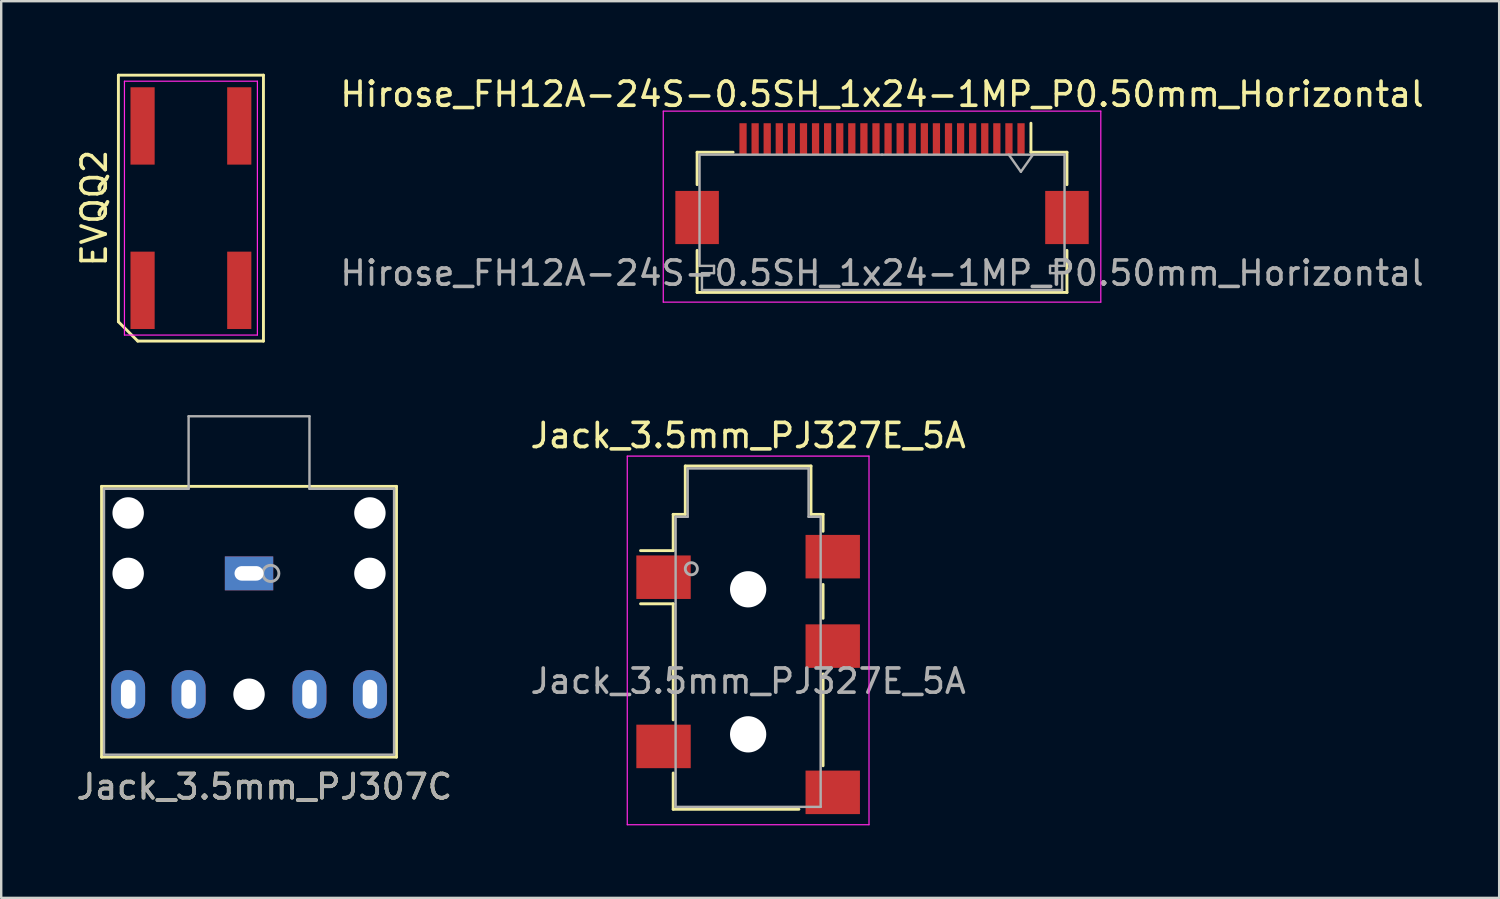
<source format=kicad_pcb>
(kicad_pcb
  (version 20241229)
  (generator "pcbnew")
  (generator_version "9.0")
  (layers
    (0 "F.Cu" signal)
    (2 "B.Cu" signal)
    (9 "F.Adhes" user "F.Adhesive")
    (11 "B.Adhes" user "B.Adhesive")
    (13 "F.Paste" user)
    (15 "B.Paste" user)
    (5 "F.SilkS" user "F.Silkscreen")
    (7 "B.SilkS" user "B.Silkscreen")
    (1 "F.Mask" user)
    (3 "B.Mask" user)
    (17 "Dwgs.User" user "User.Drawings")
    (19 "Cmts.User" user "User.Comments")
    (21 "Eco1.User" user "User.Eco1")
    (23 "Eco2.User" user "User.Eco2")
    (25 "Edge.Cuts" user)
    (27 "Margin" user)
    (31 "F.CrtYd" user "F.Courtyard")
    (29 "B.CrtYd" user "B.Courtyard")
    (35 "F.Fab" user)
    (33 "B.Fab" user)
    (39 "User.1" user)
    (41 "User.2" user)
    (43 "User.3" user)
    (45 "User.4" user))
  (footprint "EVQQ2"
    (layer "F.Cu")
    (at 4.848 5.56)
    (property "Reference" "EVQQ2" (at -4 0 90) (layer "F.SilkS") (effects (font (size 1 1) (thickness 0.15))))
    (attr smd)
    (fp_line (start -3 -5.5) (end 3 -5.5) (stroke (width 0.12) (type solid)) (layer "F.SilkS"))
    (fp_line (start -3 4.7) (end -3 -5.5) (stroke (width 0.12) (type solid)) (layer "F.SilkS"))
    (fp_line (start -2.2 5.5) (end -3 4.7) (stroke (width 0.12) (type solid)) (layer "F.SilkS"))
    (fp_line (start 3 -5.5) (end 3 5.5) (stroke (width 0.12) (type solid)) (layer "F.SilkS"))
    (fp_line (start 3 5.5) (end -2.2 5.5) (stroke (width 0.12) (type solid)) (layer "F.SilkS"))
    (fp_line (start -2.75 -5.25) (end 2.75 -5.25) (stroke (width 0.05) (type solid)) (layer "F.CrtYd"))
    (fp_line (start -2.75 5.25) (end -2.75 -5.25) (stroke (width 0.05) (type solid)) (layer "F.CrtYd"))
    (fp_line (start 2.75 -5.25) (end 2.75 5.25) (stroke (width 0.05) (type solid)) (layer "F.CrtYd"))
    (fp_line (start 2.75 5.25) (end -2.75 5.25) (stroke (width 0.05) (type solid)) (layer "F.CrtYd"))
    (pad "1" smd rect (at -2 -3.4) (size 1 3.2) (layers "F.Cu" "F.Mask" "F.Paste"))
    (pad "1" smd rect (at -2 3.4) (size 1 3.2) (layers "F.Cu" "F.Mask" "F.Paste"))
    (pad "2" smd rect (at 2 -3.4) (size 1 3.2) (layers "F.Cu" "F.Mask" "F.Paste"))
    (pad "2" smd rect (at 2 3.4) (size 1 3.2) (layers "F.Cu" "F.Mask" "F.Paste")))
  (footprint "Jack_3.5mm_PJ307C"
    (layer "F.Cu")
    (at 7.252 20.67)
    (property "Reference" "Jack_3.5mm_PJ307C" (at 0.635 8.826 0) (layer "F.SilkS") (effects (font (size 1 1) (thickness 0.15))))
    (attr through_hole)
    (fp_line (start -6.1 -3.6) (end -6.1 7.6) (stroke (width 0.12) (type solid)) (layer "F.SilkS"))
    (fp_line (start -6.1 -3.6) (end 6.1 -3.6) (stroke (width 0.12) (type solid)) (layer "F.SilkS"))
    (fp_line (start -6.1 7.6) (end 6.1 7.6) (stroke (width 0.12) (type solid)) (layer "F.SilkS"))
    (fp_line (start 6.1 -3.6) (end 6.1 7.6) (stroke (width 0.12) (type solid)) (layer "F.SilkS"))
    (fp_line (start -6 -3.5) (end -6 7.5) (stroke (width 0.1) (type solid)) (layer "F.Fab"))
    (fp_line (start -6 7.5) (end 6 7.5) (stroke (width 0.1) (type solid)) (layer "F.Fab"))
    (fp_line (start -2.5 -6.5) (end -2.5 -3.5) (stroke (width 0.1) (type solid)) (layer "F.Fab"))
    (fp_line (start -2.5 -6.5) (end 2.5 -6.5) (stroke (width 0.1) (type solid)) (layer "F.Fab"))
    (fp_line (start -2.5 -3.5) (end -6 -3.5) (stroke (width 0.1) (type solid)) (layer "F.Fab"))
    (fp_line (start 2.5 -6.5) (end 2.5 -3.5) (stroke (width 0.1) (type solid)) (layer "F.Fab"))
    (fp_line (start 2.5 -3.5) (end 6 -3.5) (stroke (width 0.1) (type solid)) (layer "F.Fab"))
    (fp_line (start 6 -3.5) (end 6 7.5) (stroke (width 0.1) (type solid)) (layer "F.Fab"))
    (fp_circle (center 0.9 0) (end 1.2 0.15) (stroke (width 0.12) (type solid)) (fill no) (layer "F.Fab"))
    (fp_text user "${REFERENCE}" (at 0.635 8.826 0) (layer "F.Fab") (effects (font (size 1 1) (thickness 0.15))))
    (pad "" np_thru_hole circle (at -5 -2.5 270) (size 1.3 1.3) (drill 1.3) (layers "*.Cu" "*.Mask"))
    (pad "" np_thru_hole circle (at -5 0 270) (size 1.3 1.3) (drill 1.3) (layers "*.Cu" "*.Mask"))
    (pad "" np_thru_hole circle (at 0 5 270) (size 1.3 1.3) (drill 1.3) (layers "*.Cu" "*.Mask"))
    (pad "" np_thru_hole circle (at 5 -2.5 270) (size 1.3 1.3) (drill 1.3) (layers "*.Cu" "*.Mask"))
    (pad "" np_thru_hole circle (at 5 0 270) (size 1.3 1.3) (drill 1.3) (layers "*.Cu" "*.Mask"))
    (pad "R" thru_hole oval (at 5 5 270) (size 2 1.4) (drill oval 1.2 0.6) (layers "*.Cu" "*.Mask"))
    (pad "RN" thru_hole oval (at 2.5 5 270) (size 2 1.4) (drill oval 1.2 0.6) (layers "*.Cu" "*.Mask"))
    (pad "S" thru_hole rect (at 0 0) (size 2 1.4) (drill oval 1.2 0.6) (layers "*.Cu" "*.Mask"))
    (pad "T" thru_hole oval (at -5 5 270) (size 2 1.4) (drill oval 1.2 0.6) (layers "*.Cu" "*.Mask"))
    (pad "TN" thru_hole oval (at -2.5 5 270) (size 2 1.4) (drill oval 1.2 0.6) (layers "*.Cu" "*.Mask")))
  (footprint "Jack_3.5mm_PJ327E_5A"
    (layer "F.Cu")
    (at 27.899 25.128)
    (property "Reference" "Jack_3.5mm_PJ327E_5A" (at 0 -10.16 0) (layer "F.SilkS") (effects (font (size 1 1) (thickness 0.15))))
    (attr smd)
    (fp_line (start -3.1 -6.9) (end -2.6 -6.9) (stroke (width 0.12) (type solid)) (layer "F.SilkS"))
    (fp_line (start -3.1 -5.4) (end -4.45 -5.4) (stroke (width 0.12) (type solid)) (layer "F.SilkS"))
    (fp_line (start -3.1 -5.4) (end -3.1 -6.9) (stroke (width 0.12) (type solid)) (layer "F.SilkS"))
    (fp_line (start -3.1 -3.2) (end -4.45 -3.2) (stroke (width 0.12) (type solid)) (layer "F.SilkS"))
    (fp_line (start -3.1 1.6) (end -3.1 -3.2) (stroke (width 0.12) (type solid)) (layer "F.SilkS"))
    (fp_line (start -3.1 5.3) (end -3.1 3.8) (stroke (width 0.12) (type solid)) (layer "F.SilkS"))
    (fp_line (start -2.6 -8.9) (end 2.6 -8.9) (stroke (width 0.12) (type solid)) (layer "F.SilkS"))
    (fp_line (start -2.6 -6.9) (end -2.6 -8.9) (stroke (width 0.12) (type solid)) (layer "F.SilkS"))
    (fp_line (start 2.1 5.3) (end -3.1 5.3) (stroke (width 0.12) (type solid)) (layer "F.SilkS"))
    (fp_line (start 2.6 -8.9) (end 2.6 -6.9) (stroke (width 0.12) (type solid)) (layer "F.SilkS"))
    (fp_line (start 2.6 -6.9) (end 3.1 -6.9) (stroke (width 0.12) (type solid)) (layer "F.SilkS"))
    (fp_line (start 3.1 -6.9) (end 3.1 -6.2) (stroke (width 0.12) (type solid)) (layer "F.SilkS"))
    (fp_line (start 3.1 -4) (end 3.1 -2.6) (stroke (width 0.12) (type solid)) (layer "F.SilkS"))
    (fp_line (start 3.1 -0.3) (end 3.1 3.5) (stroke (width 0.12) (type solid)) (layer "F.SilkS"))
    (fp_line (start -5 -9.31) (end -5 5.94) (stroke (width 0.05) (type solid)) (layer "F.CrtYd"))
    (fp_line (start -5 -9.31) (end 5 -9.31) (stroke (width 0.05) (type solid)) (layer "F.CrtYd"))
    (fp_line (start -5 5.94) (end 5 5.94) (stroke (width 0.05) (type solid)) (layer "F.CrtYd"))
    (fp_line (start 5 5.94) (end 5 -9.31) (stroke (width 0.05) (type solid)) (layer "F.CrtYd"))
    (fp_line (start -3 -6.8) (end -3 5.2) (stroke (width 0.1) (type solid)) (layer "F.Fab"))
    (fp_line (start -3 5.2) (end 3 5.2) (stroke (width 0.1) (type solid)) (layer "F.Fab"))
    (fp_line (start -2.5 -8.8) (end -2.5 -6.8) (stroke (width 0.1) (type solid)) (layer "F.Fab"))
    (fp_line (start -2.5 -6.8) (end -3 -6.8) (stroke (width 0.1) (type solid)) (layer "F.Fab"))
    (fp_line (start 2.5 -8.8) (end -2.5 -8.8) (stroke (width 0.1) (type solid)) (layer "F.Fab"))
    (fp_line (start 2.5 -6.8) (end 2.5 -8.8) (stroke (width 0.1) (type solid)) (layer "F.Fab"))
    (fp_line (start 3 -6.8) (end 2.5 -6.8) (stroke (width 0.1) (type solid)) (layer "F.Fab"))
    (fp_line (start 3 5.2) (end 3 -6.8) (stroke (width 0.1) (type solid)) (layer "F.Fab"))
    (fp_circle (center -2.35 -4.65) (end -2.1 -4.65) (stroke (width 0.12) (type solid)) (fill no) (layer "F.Fab"))
    (fp_text user "${REFERENCE}" (at 0 0 0) (layer "F.Fab") (effects (font (size 1 1) (thickness 0.15))))
    (pad "" np_thru_hole circle (at 0 -3.8) (size 1.5 1.5) (drill 1.5) (layers "*.Cu" "*.Mask"))
    (pad "" np_thru_hole circle (at 0 2.2) (size 1.5 1.5) (drill 1.5) (layers "*.Cu" "*.Mask"))
    (pad "1" smd rect (at 3.5 -5.15) (size 2.25 1.8) (layers "F.Cu" "F.Mask" "F.Paste"))
    (pad "2" smd rect (at -3.5 2.7) (size 2.25 1.8) (layers "F.Cu" "F.Mask" "F.Paste"))
    (pad "3" smd rect (at 3.5 -1.45) (size 2.25 1.8) (layers "F.Cu" "F.Mask" "F.Paste"))
    (pad "4" smd rect (at -3.5 -4.3) (size 2.25 1.8) (layers "F.Cu" "F.Mask" "F.Paste"))
    (pad "5" smd rect (at 3.5 4.6) (size 2.25 1.8) (layers "F.Cu" "F.Mask" "F.Paste")))
  (footprint "Hirose_FH12A-24S-0.5SH_1x24-1MP_P0.50mm_Horizontal"
    (layer "F.Cu")
    (at 33.438 4.548)
    (property "Reference" "Hirose_FH12A-24S-0.5SH_1x24-1MP_P0.50mm_Horizontal" (at 0 -3.7 0) (layer "F.SilkS") (effects (font (size 1 1) (thickness 0.15))))
    (attr smd)
    (fp_line (start -7.65 -1.3) (end -7.65 0.04) (stroke (width 0.12) (type solid)) (layer "F.SilkS"))
    (fp_line (start -7.65 2.76) (end -7.65 4.5) (stroke (width 0.12) (type solid)) (layer "F.SilkS"))
    (fp_line (start -7.65 4.5) (end 7.65 4.5) (stroke (width 0.12) (type solid)) (layer "F.SilkS"))
    (fp_line (start -6.16 -1.3) (end -7.65 -1.3) (stroke (width 0.12) (type solid)) (layer "F.SilkS"))
    (fp_line (start 6.16 -1.3) (end 6.16 -2.5) (stroke (width 0.12) (type solid)) (layer "F.SilkS"))
    (fp_line (start 6.16 -1.3) (end 7.65 -1.3) (stroke (width 0.12) (type solid)) (layer "F.SilkS"))
    (fp_line (start 7.65 -1.3) (end 7.65 0.04) (stroke (width 0.12) (type solid)) (layer "F.SilkS"))
    (fp_line (start 7.65 4.5) (end 7.65 2.76) (stroke (width 0.12) (type solid)) (layer "F.SilkS"))
    (fp_line (start -9.05 -3) (end -9.05 4.9) (stroke (width 0.05) (type solid)) (layer "F.CrtYd"))
    (fp_line (start -9.05 4.9) (end 9.05 4.9) (stroke (width 0.05) (type solid)) (layer "F.CrtYd"))
    (fp_line (start 9.05 -3) (end -9.05 -3) (stroke (width 0.05) (type solid)) (layer "F.CrtYd"))
    (fp_line (start 9.05 4.9) (end 9.05 -3) (stroke (width 0.05) (type solid)) (layer "F.CrtYd"))
    (fp_line (start -7.55 -1.2) (end -7.55 3.4) (stroke (width 0.1) (type solid)) (layer "F.Fab"))
    (fp_line (start -7.55 3.4) (end -6.95 3.4) (stroke (width 0.1) (type solid)) (layer "F.Fab"))
    (fp_line (start -7.45 3.7) (end -7.45 4.4) (stroke (width 0.1) (type solid)) (layer "F.Fab"))
    (fp_line (start -7.45 4.4) (end 0 4.4) (stroke (width 0.1) (type solid)) (layer "F.Fab"))
    (fp_line (start -6.95 3.4) (end -6.95 3.7) (stroke (width 0.1) (type solid)) (layer "F.Fab"))
    (fp_line (start -6.95 3.7) (end -7.45 3.7) (stroke (width 0.1) (type solid)) (layer "F.Fab"))
    (fp_line (start 0 -1.2) (end -7.55 -1.2) (stroke (width 0.1) (type solid)) (layer "F.Fab"))
    (fp_line (start 0 -1.2) (end 7.55 -1.2) (stroke (width 0.1) (type solid)) (layer "F.Fab"))
    (fp_line (start 5.244 -1.2) (end 5.744 -0.493) (stroke (width 0.1) (type solid)) (layer "F.Fab"))
    (fp_line (start 5.744 -0.493) (end 6.244 -1.2) (stroke (width 0.1) (type solid)) (layer "F.Fab"))
    (fp_line (start 6.95 3.4) (end 6.95 3.7) (stroke (width 0.1) (type solid)) (layer "F.Fab"))
    (fp_line (start 6.95 3.7) (end 7.45 3.7) (stroke (width 0.1) (type solid)) (layer "F.Fab"))
    (fp_line (start 7.45 3.7) (end 7.45 4.4) (stroke (width 0.1) (type solid)) (layer "F.Fab"))
    (fp_line (start 7.45 4.4) (end 0 4.4) (stroke (width 0.1) (type solid)) (layer "F.Fab"))
    (fp_line (start 7.55 -1.2) (end 7.55 3.4) (stroke (width 0.1) (type solid)) (layer "F.Fab"))
    (fp_line (start 7.55 3.4) (end 6.95 3.4) (stroke (width 0.1) (type solid)) (layer "F.Fab"))
    (fp_text user "${REFERENCE}" (at 0 3.7 0) (layer "F.Fab") (effects (font (size 1 1) (thickness 0.15))))
    (pad "1" smd rect (at 5.75 -1.85) (size 0.3 1.3) (layers "F.Cu" "F.Mask" "F.Paste"))
    (pad "2" smd rect (at 5.25 -1.85) (size 0.3 1.3) (layers "F.Cu" "F.Mask" "F.Paste"))
    (pad "3" smd rect (at 4.75 -1.85) (size 0.3 1.3) (layers "F.Cu" "F.Mask" "F.Paste"))
    (pad "4" smd rect (at 4.25 -1.85) (size 0.3 1.3) (layers "F.Cu" "F.Mask" "F.Paste"))
    (pad "5" smd rect (at 3.75 -1.85) (size 0.3 1.3) (layers "F.Cu" "F.Mask" "F.Paste"))
    (pad "6" smd rect (at 3.25 -1.85) (size 0.3 1.3) (layers "F.Cu" "F.Mask" "F.Paste"))
    (pad "7" smd rect (at 2.75 -1.85) (size 0.3 1.3) (layers "F.Cu" "F.Mask" "F.Paste"))
    (pad "8" smd rect (at 2.25 -1.85) (size 0.3 1.3) (layers "F.Cu" "F.Mask" "F.Paste"))
    (pad "9" smd rect (at 1.75 -1.85) (size 0.3 1.3) (layers "F.Cu" "F.Mask" "F.Paste"))
    (pad "10" smd rect (at 1.25 -1.85) (size 0.3 1.3) (layers "F.Cu" "F.Mask" "F.Paste"))
    (pad "11" smd rect (at 0.75 -1.85) (size 0.3 1.3) (layers "F.Cu" "F.Mask" "F.Paste"))
    (pad "12" smd rect (at 0.25 -1.85) (size 0.3 1.3) (layers "F.Cu" "F.Mask" "F.Paste"))
    (pad "13" smd rect (at -0.25 -1.85) (size 0.3 1.3) (layers "F.Cu" "F.Mask" "F.Paste"))
    (pad "14" smd rect (at -0.75 -1.85) (size 0.3 1.3) (layers "F.Cu" "F.Mask" "F.Paste"))
    (pad "15" smd rect (at -1.25 -1.85) (size 0.3 1.3) (layers "F.Cu" "F.Mask" "F.Paste"))
    (pad "16" smd rect (at -1.75 -1.85) (size 0.3 1.3) (layers "F.Cu" "F.Mask" "F.Paste"))
    (pad "17" smd rect (at -2.25 -1.85) (size 0.3 1.3) (layers "F.Cu" "F.Mask" "F.Paste"))
    (pad "18" smd rect (at -2.75 -1.85) (size 0.3 1.3) (layers "F.Cu" "F.Mask" "F.Paste"))
    (pad "19" smd rect (at -3.25 -1.85) (size 0.3 1.3) (layers "F.Cu" "F.Mask" "F.Paste"))
    (pad "20" smd rect (at -3.75 -1.85) (size 0.3 1.3) (layers "F.Cu" "F.Mask" "F.Paste"))
    (pad "21" smd rect (at -4.25 -1.85) (size 0.3 1.3) (layers "F.Cu" "F.Mask" "F.Paste"))
    (pad "22" smd rect (at -4.75 -1.85) (size 0.3 1.3) (layers "F.Cu" "F.Mask" "F.Paste"))
    (pad "23" smd rect (at -5.25 -1.85) (size 0.3 1.3) (layers "F.Cu" "F.Mask" "F.Paste"))
    (pad "24" smd rect (at -5.75 -1.85) (size 0.3 1.3) (layers "F.Cu" "F.Mask" "F.Paste"))
    (pad "MP" smd rect (at -7.65 1.4) (size 1.8 2.2) (layers "F.Cu" "F.Mask" "F.Paste"))
    (pad "MP" smd rect (at 7.65 1.4) (size 1.8 2.2) (layers "F.Cu" "F.Mask" "F.Paste")))
  (gr_rect
    (start -3 -3)
    (end 58.968 34.093)
    (stroke (width 0.1) (type default))
    (fill no)
    (layer "Edge.Cuts")))
</source>
